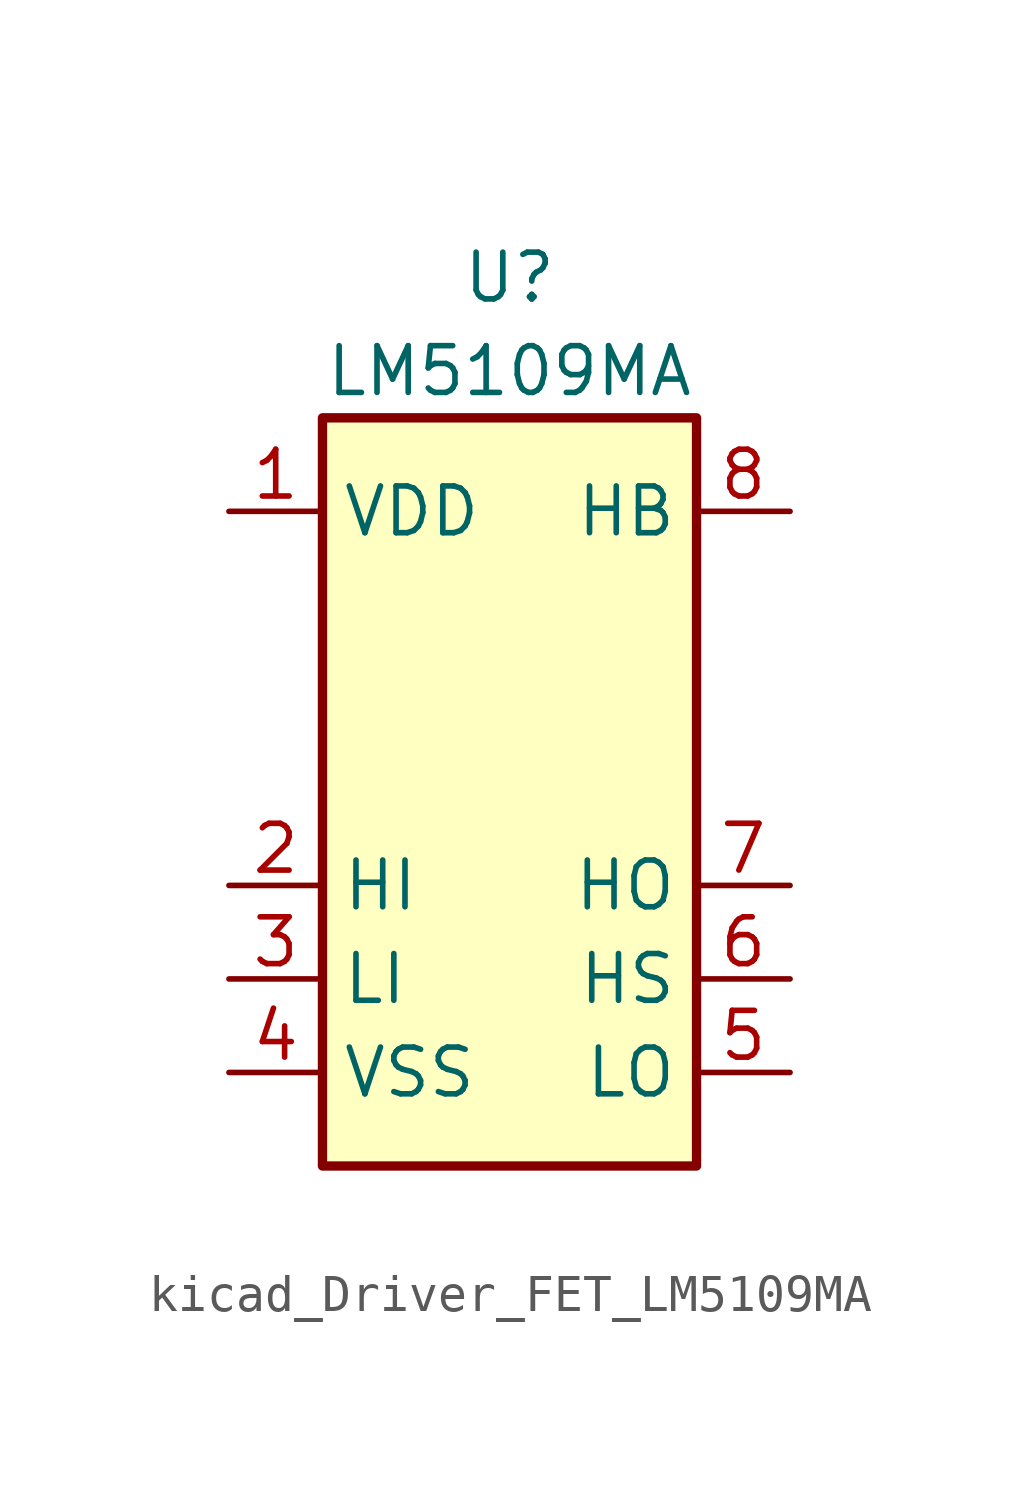
<source format=kicad_sym>
(kicad_symbol_lib
  (version 20220914)
  (generator kicad_symbol_editor)
  (symbol "kicad_Driver_FET_LM5109MA"
    (property "Reference" "U"
      (at 0 13.97 0)
      (effects (font (size 1.27 1.27))))
    (property "Value" "LM5109MA"
      (at 0 11.43 0)
      (effects (font (size 1.27 1.27))))
    (symbol "kicad_Driver_FET_LM5109MA_0_1"
      (rectangle (start -5.08 -10.16) (end 5.08 10.16) (stroke (width 0.254) (type default)) (fill (type background))))
    (symbol "kicad_Driver_FET_LM5109MA_1_1"
      (pin power_in line (at -7.62 7.62 0) (length 2.54) (name "VDD" (effects (font (size 1.27 1.27)))) (number "1" (effects (font (size 1.27 1.27)))))
      (pin input line (at -7.62 -2.54 0) (length 2.54) (name "HI" (effects (font (size 1.27 1.27)))) (number "2" (effects (font (size 1.27 1.27)))))
      (pin input line (at -7.62 -5.08 0) (length 2.54) (name "LI" (effects (font (size 1.27 1.27)))) (number "3" (effects (font (size 1.27 1.27)))))
      (pin power_in line (at -7.62 -7.62 0) (length 2.54) (name "VSS" (effects (font (size 1.27 1.27)))) (number "4" (effects (font (size 1.27 1.27)))))
      (pin output line (at 7.62 -7.62 180) (length 2.54) (name "LO" (effects (font (size 1.27 1.27)))) (number "5" (effects (font (size 1.27 1.27)))))
      (pin passive line (at 7.62 -5.08 180) (length 2.54) (name "HS" (effects (font (size 1.27 1.27)))) (number "6" (effects (font (size 1.27 1.27)))))
      (pin output line (at 7.62 -2.54 180) (length 2.54) (name "HO" (effects (font (size 1.27 1.27)))) (number "7" (effects (font (size 1.27 1.27)))))
      (pin passive line (at 7.62 7.62 180) (length 2.54) (name "HB" (effects (font (size 1.27 1.27)))) (number "8" (effects (font (size 1.27 1.27))))))))
</source>
